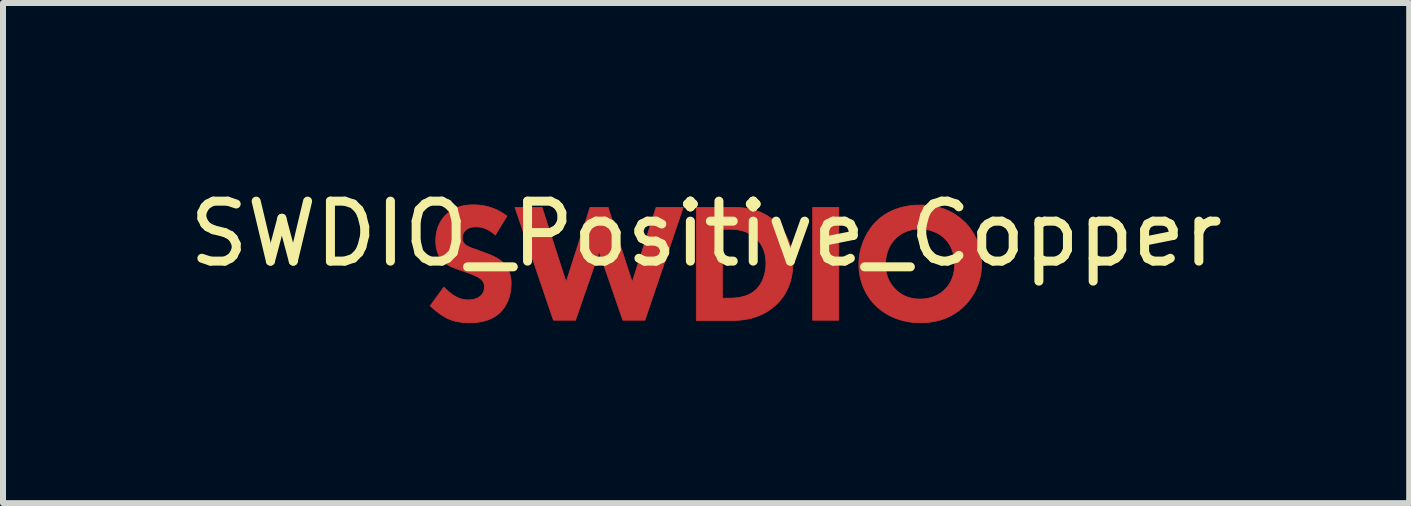
<source format=kicad_pcb>
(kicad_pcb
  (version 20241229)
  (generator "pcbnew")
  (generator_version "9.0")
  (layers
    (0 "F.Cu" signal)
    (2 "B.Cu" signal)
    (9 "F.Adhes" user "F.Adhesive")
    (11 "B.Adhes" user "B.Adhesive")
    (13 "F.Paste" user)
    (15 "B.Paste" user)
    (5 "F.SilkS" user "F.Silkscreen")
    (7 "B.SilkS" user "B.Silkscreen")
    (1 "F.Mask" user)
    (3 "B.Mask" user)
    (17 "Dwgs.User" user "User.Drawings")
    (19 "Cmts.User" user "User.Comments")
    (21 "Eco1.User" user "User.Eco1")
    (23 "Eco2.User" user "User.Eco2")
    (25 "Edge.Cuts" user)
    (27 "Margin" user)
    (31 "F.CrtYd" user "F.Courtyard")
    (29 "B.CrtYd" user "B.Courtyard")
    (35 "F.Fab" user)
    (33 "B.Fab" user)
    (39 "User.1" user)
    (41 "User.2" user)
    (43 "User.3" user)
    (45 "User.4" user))
  (footprint "SWDIO_Positive_Copper"
    (layer "F.Cu")
    (at 8.72 1.348)
    (property "Reference" "SWDIO_Positive_Copper" (at 0 -0.5 0) (unlocked yes) (layer "F.SilkS") (effects (font (size 1 1) (thickness 0.15))))
    (fp_poly (pts (xy 2.211 0.94) (xy 1.777 0.94) (xy 1.777 -0.941) (xy 2.211 -0.941)) (stroke (width 0.013) (type solid)) (fill yes) (layer "F.Cu"))
    (fp_poly (pts (xy -2.333 0.305) (xy -1.934 -0.941) (xy -1.634 -0.941) (xy -1.232 0.305) (xy -0.833 -0.941) (xy -0.382 -0.941) (xy -1.02 0.94) (xy -1.387 0.94) (xy -1.782 -0.203) (xy -2.177 0.94) (xy -2.544 0.94) (xy -3.186 -0.941) (xy -2.735 -0.941)) (stroke (width 0.013) (type solid)) (fill yes) (layer "F.Cu"))
    (fp_poly (pts (xy 0.48 -0.94) (xy 0.526 -0.939) (xy 0.574 -0.936) (xy 0.621 -0.932) (xy 0.668 -0.926) (xy 0.716 -0.918) (xy 0.763 -0.907) (xy 0.81 -0.895) (xy 0.857 -0.88) (xy 0.904 -0.861) (xy 0.95 -0.84) (xy 0.996 -0.816) (xy 1.042 -0.788) (xy 1.086 -0.756) (xy 1.131 -0.72) (xy 1.174 -0.68) (xy 1.204 -0.649) (xy 1.233 -0.616) (xy 1.261 -0.582) (xy 1.286 -0.547) (xy 1.31 -0.51) (xy 1.333 -0.472) (xy 1.353 -0.433) (xy 1.372 -0.392) (xy 1.389 -0.349) (xy 1.403 -0.305) (xy 1.416 -0.259) (xy 1.426 -0.212) (xy 1.435 -0.163) (xy 1.441 -0.112) (xy 1.444 -0.06) (xy 1.446 -0.006) (xy 1.444 0.048) (xy 1.441 0.101) (xy 1.435 0.151) (xy 1.427 0.2) (xy 1.417 0.247) (xy 1.405 0.293) (xy 1.391 0.337) (xy 1.375 0.379) (xy 1.357 0.42) (xy 1.338 0.459) (xy 1.317 0.496) (xy 1.294 0.532) (xy 1.269 0.567) (xy 1.244 0.6) (xy 1.216 0.631) (xy 1.188 0.661) (xy 1.163 0.685) (xy 1.138 0.707) (xy 1.088 0.748) (xy 1.036 0.784) (xy 0.984 0.815) (xy 0.932 0.842) (xy 0.88 0.865) (xy 0.828 0.884) (xy 0.778 0.9) (xy 0.729 0.913) (xy 0.681 0.923) (xy 0.635 0.93) (xy 0.592 0.936) (xy 0.551 0.939) (xy 0.513 0.942) (xy 0.447 0.943) (xy -0.163 0.943) (xy -0.163 0.573) (xy 0.271 0.573) (xy 0.387 0.573) (xy 0.426 0.572) (xy 0.473 0.57) (xy 0.499 0.567) (xy 0.526 0.564) (xy 0.554 0.56) (xy 0.583 0.554) (xy 0.613 0.547) (xy 0.643 0.539) (xy 0.673 0.528) (xy 0.702 0.516) (xy 0.731 0.502) (xy 0.746 0.494) (xy 0.76 0.486) (xy 0.774 0.477) (xy 0.788 0.467) (xy 0.801 0.457) (xy 0.814 0.446) (xy 0.833 0.429) (xy 0.851 0.41) (xy 0.869 0.39) (xy 0.886 0.368) (xy 0.902 0.345) (xy 0.917 0.319) (xy 0.931 0.293) (xy 0.944 0.265) (xy 0.956 0.235) (xy 0.966 0.204) (xy 0.976 0.171) (xy 0.983 0.138) (xy 0.989 0.103) (xy 0.994 0.067) (xy 0.997 0.029) (xy 0.998 -0.009) (xy 0.997 -0.047) (xy 0.994 -0.083) (xy 0.99 -0.118) (xy 0.984 -0.15) (xy 0.976 -0.181) (xy 0.968 -0.21) (xy 0.958 -0.237) (xy 0.948 -0.262) (xy 0.936 -0.286) (xy 0.924 -0.309) (xy 0.911 -0.33) (xy 0.898 -0.35) (xy 0.884 -0.368) (xy 0.87 -0.385) (xy 0.856 -0.401) (xy 0.842 -0.415) (xy 0.829 -0.428) (xy 0.815 -0.44) (xy 0.788 -0.463) (xy 0.759 -0.482) (xy 0.73 -0.5) (xy 0.701 -0.515) (xy 0.671 -0.528) (xy 0.641 -0.54) (xy 0.611 -0.549) (xy 0.581 -0.557) (xy 0.551 -0.563) (xy 0.522 -0.568) (xy 0.494 -0.572) (xy 0.466 -0.574) (xy 0.438 -0.576) (xy 0.387 -0.577) (xy 0.271 -0.577) (xy 0.271 0.569) (xy 0.271 0.573) (xy -0.163 0.573) (xy -0.163 -0.941) (xy 0.433 -0.941)) (stroke (width 0.013) (type solid)) (fill yes) (layer "F.Cu"))
    (fp_poly (pts (xy 3.627 -0.978) (xy 3.68 -0.975) (xy 3.733 -0.97) (xy 3.784 -0.962) (xy 3.833 -0.953) (xy 3.882 -0.941) (xy 3.93 -0.927) (xy 3.976 -0.911) (xy 4.021 -0.892) (xy 4.065 -0.872) (xy 4.107 -0.849) (xy 4.148 -0.825) (xy 4.188 -0.798) (xy 4.227 -0.769) (xy 4.264 -0.738) (xy 4.3 -0.704) (xy 4.3 -0.708) (xy 4.332 -0.675) (xy 4.363 -0.64) (xy 4.392 -0.603) (xy 4.42 -0.565) (xy 4.446 -0.525) (xy 4.47 -0.484) (xy 4.492 -0.441) (xy 4.512 -0.397) (xy 4.53 -0.351) (xy 4.546 -0.305) (xy 4.56 -0.257) (xy 4.571 -0.207) (xy 4.58 -0.157) (xy 4.587 -0.105) (xy 4.591 -0.052) (xy 4.592 0.001) (xy 4.591 0.048) (xy 4.588 0.095) (xy 4.583 0.142) (xy 4.575 0.189) (xy 4.565 0.236) (xy 4.553 0.282) (xy 4.538 0.328) (xy 4.521 0.374) (xy 4.502 0.419) (xy 4.481 0.463) (xy 4.457 0.506) (xy 4.43 0.548) (xy 4.401 0.59) (xy 4.37 0.63) (xy 4.336 0.669) (xy 4.3 0.707) (xy 4.266 0.738) (xy 4.231 0.767) (xy 4.194 0.795) (xy 4.156 0.821) (xy 4.116 0.846) (xy 4.075 0.868) (xy 4.032 0.889) (xy 3.988 0.908) (xy 3.942 0.925) (xy 3.894 0.94) (xy 3.845 0.952) (xy 3.794 0.963) (xy 3.741 0.971) (xy 3.687 0.977) (xy 3.631 0.981) (xy 3.573 0.982) (xy 3.508 0.98) (xy 3.446 0.976) (xy 3.386 0.968) (xy 3.329 0.958) (xy 3.275 0.945) (xy 3.223 0.93) (xy 3.173 0.913) (xy 3.127 0.895) (xy 3.082 0.874) (xy 3.04 0.853) (xy 3.001 0.83) (xy 2.964 0.806) (xy 2.929 0.782) (xy 2.897 0.757) (xy 2.867 0.732) (xy 2.839 0.707) (xy 2.806 0.674) (xy 2.775 0.639) (xy 2.745 0.603) (xy 2.717 0.565) (xy 2.691 0.525) (xy 2.667 0.484) (xy 2.645 0.441) (xy 2.625 0.397) (xy 2.607 0.352) (xy 2.591 0.306) (xy 2.578 0.258) (xy 2.567 0.21) (xy 2.558 0.16) (xy 2.551 0.11) (xy 2.548 0.06) (xy 2.546 0.008) (xy 2.991 0.008) (xy 2.991 0.04) (xy 2.993 0.071) (xy 2.997 0.102) (xy 3.001 0.132) (xy 3.007 0.16) (xy 3.015 0.188) (xy 3.023 0.216) (xy 3.033 0.242) (xy 3.045 0.268) (xy 3.058 0.294) (xy 3.072 0.318) (xy 3.087 0.342) (xy 3.104 0.365) (xy 3.123 0.388) (xy 3.142 0.41) (xy 3.164 0.432) (xy 3.186 0.453) (xy 3.209 0.472) (xy 3.233 0.489) (xy 3.257 0.505) (xy 3.281 0.519) (xy 3.305 0.532) (xy 3.33 0.543) (xy 3.355 0.553) (xy 3.381 0.561) (xy 3.407 0.568) (xy 3.433 0.574) (xy 3.459 0.579) (xy 3.485 0.583) (xy 3.512 0.585) (xy 3.539 0.586) (xy 3.566 0.587) (xy 3.601 0.586) (xy 3.635 0.584) (xy 3.667 0.58) (xy 3.699 0.574) (xy 3.729 0.568) (xy 3.758 0.56) (xy 3.786 0.55) (xy 3.812 0.54) (xy 3.838 0.529) (xy 3.862 0.516) (xy 3.885 0.503) (xy 3.907 0.489) (xy 3.927 0.474) (xy 3.947 0.458) (xy 3.965 0.442) (xy 3.982 0.425) (xy 3.996 0.411) (xy 4.01 0.395) (xy 4.025 0.378) (xy 4.039 0.359) (xy 4.052 0.339) (xy 4.066 0.317) (xy 4.079 0.294) (xy 4.091 0.269) (xy 4.102 0.242) (xy 4.112 0.214) (xy 4.117 0.199) (xy 4.122 0.183) (xy 4.126 0.167) (xy 4.129 0.151) (xy 4.133 0.135) (xy 4.136 0.117) (xy 4.138 0.1) (xy 4.14 0.082) (xy 4.142 0.063) (xy 4.143 0.044) (xy 4.144 0.025) (xy 4.144 0.005) (xy 4.143 -0.031) (xy 4.141 -0.066) (xy 4.137 -0.099) (xy 4.131 -0.131) (xy 4.124 -0.162) (xy 4.115 -0.192) (xy 4.106 -0.221) (xy 4.095 -0.248) (xy 4.083 -0.274) (xy 4.071 -0.299) (xy 4.057 -0.322) (xy 4.043 -0.344) (xy 4.028 -0.365) (xy 4.013 -0.384) (xy 3.998 -0.402) (xy 3.982 -0.419) (xy 3.964 -0.435) (xy 3.945 -0.452) (xy 3.924 -0.468) (xy 3.903 -0.483) (xy 3.88 -0.497) (xy 3.856 -0.51) (xy 3.83 -0.523) (xy 3.804 -0.534) (xy 3.777 -0.544) (xy 3.749 -0.554) (xy 3.72 -0.562) (xy 3.691 -0.568) (xy 3.66 -0.574) (xy 3.63 -0.578) (xy 3.598 -0.58) (xy 3.566 -0.581) (xy 3.534 -0.58) (xy 3.503 -0.578) (xy 3.472 -0.575) (xy 3.443 -0.57) (xy 3.414 -0.564) (xy 3.386 -0.556) (xy 3.359 -0.548) (xy 3.333 -0.538) (xy 3.308 -0.527) (xy 3.283 -0.515) (xy 3.259 -0.502) (xy 3.236 -0.487) (xy 3.214 -0.472) (xy 3.193 -0.455) (xy 3.173 -0.437) (xy 3.153 -0.419) (xy 3.157 -0.419) (xy 3.141 -0.403) (xy 3.126 -0.386) (xy 3.111 -0.368) (xy 3.096 -0.348) (xy 3.082 -0.327) (xy 3.068 -0.304) (xy 3.055 -0.28) (xy 3.043 -0.254) (xy 3.032 -0.227) (xy 3.022 -0.198) (xy 3.013 -0.167) (xy 3.005 -0.135) (xy 3.002 -0.119) (xy 2.999 -0.102) (xy 2.997 -0.084) (xy 2.995 -0.067) (xy 2.993 -0.048) (xy 2.992 -0.03) (xy 2.991 -0.011) (xy 2.991 0.008) (xy 2.546 0.008) (xy 2.548 -0.043) (xy 2.552 -0.094) (xy 2.558 -0.145) (xy 2.568 -0.195) (xy 2.579 -0.245) (xy 2.593 -0.293) (xy 2.609 -0.341) (xy 2.627 -0.388) (xy 2.648 -0.433) (xy 2.67 -0.477) (xy 2.693 -0.519) (xy 2.719 -0.56) (xy 2.746 -0.599) (xy 2.774 -0.636) (xy 2.804 -0.671) (xy 2.835 -0.704) (xy 2.861 -0.728) (xy 2.888 -0.753) (xy 2.918 -0.777) (xy 2.951 -0.801) (xy 2.987 -0.824) (xy 3.025 -0.847) (xy 3.066 -0.869) (xy 3.11 -0.89) (xy 3.157 -0.909) (xy 3.207 -0.926) (xy 3.233 -0.934) (xy 3.26 -0.941) (xy 3.288 -0.948) (xy 3.316 -0.954) (xy 3.345 -0.96) (xy 3.375 -0.965) (xy 3.406 -0.969) (xy 3.438 -0.973) (xy 3.47 -0.976) (xy 3.504 -0.978) (xy 3.538 -0.979) (xy 3.573 -0.979)) (stroke (width 0.013) (type solid)) (fill yes) (layer "F.Cu"))
    (fp_poly (pts (xy -3.825 -0.982) (xy -3.797 -0.98) (xy -3.766 -0.977) (xy -3.735 -0.973) (xy -3.702 -0.968) (xy -3.668 -0.961) (xy -3.632 -0.952) (xy -3.596 -0.941) (xy -3.559 -0.928) (xy -3.52 -0.913) (xy -3.481 -0.895) (xy -3.442 -0.875) (xy -3.402 -0.852) (xy -3.361 -0.825) (xy -3.32 -0.796) (xy -3.514 -0.479) (xy -3.514 -0.482) (xy -3.541 -0.504) (xy -3.566 -0.524) (xy -3.591 -0.542) (xy -3.616 -0.557) (xy -3.639 -0.569) (xy -3.662 -0.58) (xy -3.684 -0.589) (xy -3.705 -0.597) (xy -3.725 -0.603) (xy -3.744 -0.607) (xy -3.762 -0.611) (xy -3.778 -0.613) (xy -3.794 -0.615) (xy -3.808 -0.616) (xy -3.832 -0.616) (xy -3.855 -0.616) (xy -3.867 -0.615) (xy -3.879 -0.614) (xy -3.891 -0.613) (xy -3.903 -0.611) (xy -3.916 -0.609) (xy -3.928 -0.606) (xy -3.94 -0.602) (xy -3.952 -0.598) (xy -3.963 -0.592) (xy -3.974 -0.586) (xy -3.985 -0.579) (xy -3.996 -0.572) (xy -4.001 -0.567) (xy -4.006 -0.563) (xy -4.011 -0.558) (xy -4.015 -0.553) (xy -4.021 -0.547) (xy -4.026 -0.541) (xy -4.03 -0.535) (xy -4.035 -0.529) (xy -4.039 -0.522) (xy -4.043 -0.515) (xy -4.047 -0.508) (xy -4.051 -0.501) (xy -4.054 -0.493) (xy -4.057 -0.485) (xy -4.059 -0.477) (xy -4.061 -0.468) (xy -4.063 -0.46) (xy -4.064 -0.451) (xy -4.065 -0.442) (xy -4.065 -0.433) (xy -4.065 -0.424) (xy -4.064 -0.416) (xy -4.063 -0.408) (xy -4.062 -0.401) (xy -4.061 -0.393) (xy -4.059 -0.386) (xy -4.057 -0.38) (xy -4.054 -0.373) (xy -4.051 -0.367) (xy -4.048 -0.361) (xy -4.045 -0.355) (xy -4.041 -0.349) (xy -4.037 -0.343) (xy -4.032 -0.338) (xy -4.028 -0.332) (xy -4.022 -0.327) (xy -4.014 -0.319) (xy -4.004 -0.312) (xy -3.995 -0.305) (xy -3.984 -0.299) (xy -3.973 -0.293) (xy -3.961 -0.287) (xy -3.948 -0.281) (xy -3.935 -0.275) (xy -3.92 -0.269) (xy -3.905 -0.263) (xy -3.87 -0.251) (xy -3.786 -0.221) (xy -3.645 -0.168) (xy -3.614 -0.156) (xy -3.581 -0.142) (xy -3.547 -0.127) (xy -3.531 -0.119) (xy -3.514 -0.11) (xy -3.497 -0.101) (xy -3.48 -0.092) (xy -3.464 -0.082) (xy -3.448 -0.071) (xy -3.432 -0.06) (xy -3.417 -0.049) (xy -3.402 -0.036) (xy -3.388 -0.023) (xy -3.368 -0.003) (xy -3.35 0.017) (xy -3.334 0.039) (xy -3.32 0.06) (xy -3.307 0.082) (xy -3.296 0.105) (xy -3.286 0.127) (xy -3.278 0.15) (xy -3.271 0.173) (xy -3.265 0.195) (xy -3.26 0.218) (xy -3.256 0.24) (xy -3.253 0.262) (xy -3.251 0.284) (xy -3.25 0.305) (xy -3.25 0.326) (xy -3.251 0.362) (xy -3.253 0.397) (xy -3.257 0.432) (xy -3.262 0.466) (xy -3.268 0.499) (xy -3.276 0.531) (xy -3.285 0.563) (xy -3.296 0.593) (xy -3.307 0.622) (xy -3.32 0.65) (xy -3.333 0.677) (xy -3.348 0.703) (xy -3.364 0.727) (xy -3.38 0.75) (xy -3.398 0.772) (xy -3.416 0.791) (xy -3.431 0.808) (xy -3.448 0.823) (xy -3.464 0.837) (xy -3.481 0.85) (xy -3.498 0.863) (xy -3.516 0.875) (xy -3.552 0.896) (xy -3.588 0.914) (xy -3.625 0.929) (xy -3.661 0.942) (xy -3.698 0.953) (xy -3.734 0.961) (xy -3.769 0.968) (xy -3.804 0.973) (xy -3.836 0.977) (xy -3.868 0.98) (xy -3.897 0.981) (xy -3.948 0.982) (xy -3.973 0.982) (xy -3.998 0.981) (xy -4.022 0.98) (xy -4.047 0.978) (xy -4.07 0.975) (xy -4.094 0.972) (xy -4.117 0.969) (xy -4.141 0.964) (xy -4.164 0.959) (xy -4.187 0.954) (xy -4.209 0.947) (xy -4.232 0.94) (xy -4.255 0.932) (xy -4.277 0.924) (xy -4.3 0.915) (xy -4.322 0.904) (xy -4.34 0.895) (xy -4.359 0.884) (xy -4.377 0.873) (xy -4.396 0.861) (xy -4.414 0.849) (xy -4.433 0.837) (xy -4.469 0.81) (xy -4.505 0.782) (xy -4.538 0.755) (xy -4.569 0.727) (xy -4.598 0.7) (xy -4.372 0.389) (xy -4.352 0.408) (xy -4.331 0.428) (xy -4.308 0.448) (xy -4.285 0.468) (xy -4.261 0.487) (xy -4.238 0.505) (xy -4.227 0.513) (xy -4.216 0.521) (xy -4.206 0.528) (xy -4.195 0.534) (xy -4.181 0.542) (xy -4.168 0.55) (xy -4.154 0.557) (xy -4.14 0.564) (xy -4.125 0.57) (xy -4.111 0.575) (xy -4.097 0.58) (xy -4.082 0.585) (xy -4.068 0.589) (xy -4.053 0.592) (xy -4.038 0.595) (xy -4.023 0.597) (xy -4.007 0.599) (xy -3.991 0.6) (xy -3.975 0.601) (xy -3.959 0.601) (xy -3.948 0.601) (xy -3.937 0.6) (xy -3.925 0.6) (xy -3.913 0.598) (xy -3.901 0.597) (xy -3.888 0.595) (xy -3.876 0.592) (xy -3.863 0.589) (xy -3.85 0.585) (xy -3.837 0.581) (xy -3.824 0.576) (xy -3.811 0.57) (xy -3.798 0.563) (xy -3.786 0.555) (xy -3.774 0.547) (xy -3.761 0.537) (xy -3.755 0.531) (xy -3.748 0.525) (xy -3.742 0.518) (xy -3.736 0.51) (xy -3.73 0.502) (xy -3.725 0.494) (xy -3.72 0.485) (xy -3.715 0.476) (xy -3.71 0.467) (xy -3.706 0.456) (xy -3.703 0.446) (xy -3.701 0.44) (xy -3.7 0.435) (xy -3.699 0.429) (xy -3.698 0.423) (xy -3.697 0.417) (xy -3.696 0.411) (xy -3.695 0.405) (xy -3.695 0.399) (xy -3.695 0.392) (xy -3.694 0.386) (xy -3.695 0.374) (xy -3.696 0.363) (xy -3.697 0.353) (xy -3.699 0.343) (xy -3.701 0.333) (xy -3.704 0.324) (xy -3.708 0.315) (xy -3.712 0.307) (xy -3.716 0.299) (xy -3.721 0.291) (xy -3.726 0.284) (xy -3.732 0.277) (xy -3.738 0.27) (xy -3.744 0.264) (xy -3.751 0.258) (xy -3.758 0.252) (xy -3.768 0.244) (xy -3.779 0.236) (xy -3.792 0.228) (xy -3.805 0.22) (xy -3.82 0.213) (xy -3.835 0.205) (xy -3.866 0.191) (xy -3.897 0.178) (xy -3.927 0.165) (xy -3.977 0.146) (xy -4.132 0.093) (xy -4.166 0.081) (xy -4.2 0.067) (xy -4.235 0.053) (xy -4.252 0.045) (xy -4.269 0.036) (xy -4.286 0.027) (xy -4.303 0.017) (xy -4.319 0.007) (xy -4.335 -0.004) (xy -4.35 -0.015) (xy -4.365 -0.028) (xy -4.379 -0.041) (xy -4.393 -0.055) (xy -4.41 -0.075) (xy -4.426 -0.096) (xy -4.44 -0.117) (xy -4.452 -0.138) (xy -4.463 -0.16) (xy -4.472 -0.181) (xy -4.48 -0.203) (xy -4.486 -0.225) (xy -4.492 -0.246) (xy -4.496 -0.267) (xy -4.5 -0.288) (xy -4.502 -0.308) (xy -4.504 -0.328) (xy -4.505 -0.347) (xy -4.506 -0.383) (xy -4.505 -0.415) (xy -4.503 -0.445) (xy -4.501 -0.476) (xy -4.496 -0.505) (xy -4.491 -0.534) (xy -4.484 -0.562) (xy -4.476 -0.59) (xy -4.467 -0.617) (xy -4.456 -0.643) (xy -4.444 -0.669) (xy -4.431 -0.694) (xy -4.417 -0.718) (xy -4.4 -0.742) (xy -4.383 -0.765) (xy -4.364 -0.788) (xy -4.344 -0.81) (xy -4.318 -0.834) (xy -4.292 -0.856) (xy -4.266 -0.876) (xy -4.239 -0.894) (xy -4.212 -0.91) (xy -4.184 -0.924) (xy -4.155 -0.936) (xy -4.127 -0.947) (xy -4.097 -0.956) (xy -4.067 -0.964) (xy -4.037 -0.97) (xy -4.006 -0.975) (xy -3.975 -0.979) (xy -3.943 -0.981) (xy -3.911 -0.983) (xy -3.878 -0.983)) (stroke (width 0.013) (type solid)) (fill yes) (layer "F.Cu")))
  (gr_rect
    (start -3 -3)
    (end 20.44 5.337)
    (stroke (width 0.1) (type default))
    (fill no)
    (layer "Edge.Cuts")))
</source>
